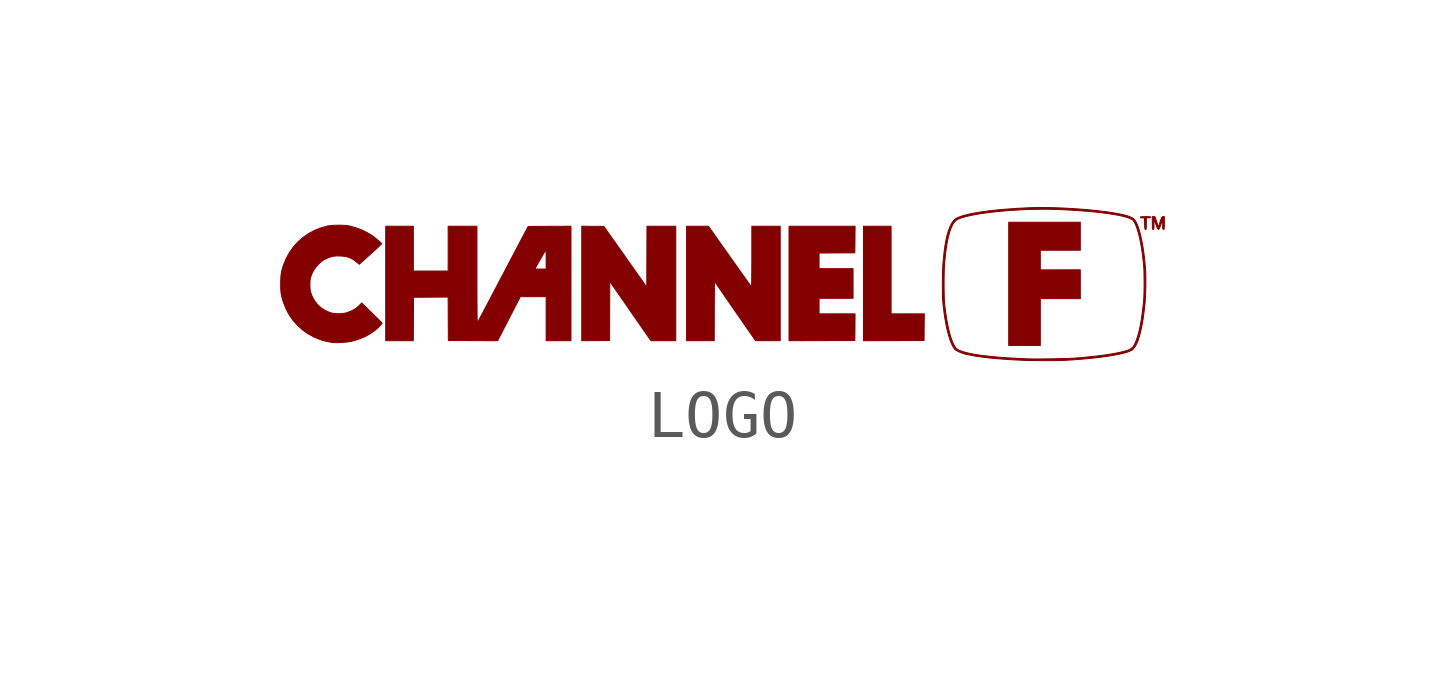
<source format=kicad_sym>
(kicad_symbol_lib
  (version 20220914)
  (generator "bitmap2component")
  (generator_version "8.0")
  (symbol "LOGO"
    (pin_names
      (offset 1.016))
    (property "Reference" "#G"
      (at 0 7.701 0)
      (effects (font (size 1.27 1.27)) hide))
    (symbol "LOGO_0_0"
      (polyline (pts (xy 6.93 -1.599) (xy 7.019 -1.598) (xy 7.099 -1.596) (xy 7.169 -1.595) (xy 7.225 -1.592) (xy 7.358 -1.584) (xy 7.513 -1.573) (xy 7.661 -1.56) (xy 7.803 -1.546) (xy 7.937 -1.53) (xy 8.063 -1.514) (xy 8.179 -1.496) (xy 8.284 -1.477) (xy 8.377 -1.458) (xy 8.458 -1.438) (xy 8.525 -1.418) (xy 8.577 -1.397) (xy 8.614 -1.377) (xy 8.631 -1.362) (xy 8.668 -1.318) (xy 8.702 -1.259) (xy 8.734 -1.184) (xy 8.764 -1.093) (xy 8.792 -0.988) (xy 8.817 -0.868) (xy 8.841 -0.734) (xy 8.861 -0.586) (xy 8.88 -0.425) (xy 8.883 -0.391) (xy 8.888 -0.312) (xy 8.893 -0.224) (xy 8.896 -0.129) (xy 8.898 -0.032) (xy 8.898 0.064) (xy 8.898 0.154) (xy 8.896 0.236) (xy 8.892 0.304) (xy 8.882 0.425) (xy 8.868 0.559) (xy 8.851 0.687) (xy 8.832 0.808) (xy 8.81 0.921) (xy 8.787 1.024) (xy 8.761 1.117) (xy 8.735 1.197) (xy 8.708 1.263) (xy 8.679 1.314) (xy 8.679 1.315) (xy 8.653 1.346) (xy 8.621 1.371) (xy 8.578 1.394) (xy 8.524 1.415) (xy 8.454 1.434) (xy 8.415 1.443) (xy 8.316 1.464) (xy 8.203 1.483) (xy 8.079 1.502) (xy 7.944 1.518) (xy 7.8 1.534) (xy 7.651 1.548) (xy 7.497 1.56) (xy 7.341 1.57) (xy 7.184 1.579) (xy 7.029 1.585) (xy 6.876 1.589) (xy 6.729 1.59) (xy 6.589 1.589) (xy 6.458 1.585) (xy 6.42 1.583) (xy 6.232 1.573) (xy 6.053 1.561) (xy 5.884 1.547) (xy 5.726 1.532) (xy 5.579 1.514) (xy 5.444 1.495) (xy 5.322 1.474) (xy 5.213 1.452) (xy 5.119 1.429) (xy 5.04 1.404) (xy 4.977 1.379) (xy 4.969 1.375) (xy 4.934 1.355) (xy 4.907 1.334) (xy 4.884 1.306) (xy 4.846 1.248) (xy 4.812 1.177) (xy 4.781 1.092) (xy 4.753 0.994) (xy 4.729 0.882) (xy 4.708 0.755) (xy 4.69 0.612) (xy 4.675 0.454) (xy 4.672 0.411) (xy 4.668 0.345) (xy 4.665 0.269) (xy 4.663 0.187) (xy 4.661 0.101) (xy 4.66 0.027) (xy 4.696 0.027) (xy 4.696 0.118) (xy 4.698 0.205) (xy 4.7 0.287) (xy 4.703 0.36) (xy 4.707 0.421) (xy 4.707 0.424) (xy 4.723 0.589) (xy 4.741 0.739) (xy 4.763 0.872) (xy 4.788 0.989) (xy 4.816 1.089) (xy 4.847 1.174) (xy 4.881 1.242) (xy 4.918 1.294) (xy 4.958 1.33) (xy 4.978 1.342) (xy 5.029 1.365) (xy 5.095 1.386) (xy 5.174 1.407) (xy 5.266 1.427) (xy 5.368 1.447) (xy 5.48 1.465) (xy 5.601 1.481) (xy 5.729 1.497) (xy 5.863 1.511) (xy 6.001 1.523) (xy 6.143 1.533) (xy 6.288 1.542) (xy 6.433 1.548) (xy 6.578 1.552) (xy 6.722 1.554) (xy 6.863 1.554) (xy 7 1.55) (xy 7.046 1.549) (xy 7.218 1.542) (xy 7.384 1.532) (xy 7.544 1.522) (xy 7.697 1.509) (xy 7.841 1.496) (xy 7.976 1.48) (xy 8.101 1.464) (xy 8.215 1.447) (xy 8.318 1.429) (xy 8.408 1.41) (xy 8.485 1.39) (xy 8.548 1.369) (xy 8.596 1.349) (xy 8.628 1.327) (xy 8.628 1.327) (xy 8.639 1.312) (xy 8.655 1.288) (xy 8.671 1.259) (xy 8.702 1.187) (xy 8.732 1.095) (xy 8.761 0.987) (xy 8.787 0.863) (xy 8.811 0.723) (xy 8.832 0.567) (xy 8.851 0.396) (xy 8.854 0.357) (xy 8.857 0.299) (xy 8.86 0.23) (xy 8.861 0.152) (xy 8.862 0.07) (xy 8.862 -0.013) (xy 8.861 -0.096) (xy 8.86 -0.175) (xy 8.858 -0.246) (xy 8.855 -0.307) (xy 8.852 -0.354) (xy 8.846 -0.414) (xy 8.826 -0.582) (xy 8.805 -0.735) (xy 8.781 -0.872) (xy 8.754 -0.993) (xy 8.726 -1.098) (xy 8.695 -1.186) (xy 8.663 -1.259) (xy 8.628 -1.315) (xy 8.621 -1.323) (xy 8.593 -1.347) (xy 8.553 -1.369) (xy 8.499 -1.389) (xy 8.431 -1.409) (xy 8.421 -1.411) (xy 8.321 -1.434) (xy 8.205 -1.456) (xy 8.073 -1.477) (xy 7.927 -1.497) (xy 7.767 -1.515) (xy 7.594 -1.532) (xy 7.408 -1.547) (xy 7.398 -1.548) (xy 7.35 -1.55) (xy 7.288 -1.553) (xy 7.216 -1.555) (xy 7.136 -1.557) (xy 7.05 -1.559) (xy 6.96 -1.561) (xy 6.87 -1.562) (xy 6.781 -1.563) (xy 6.697 -1.564) (xy 6.619 -1.565) (xy 6.55 -1.564) (xy 6.493 -1.563) (xy 6.45 -1.562) (xy 6.442 -1.562) (xy 6.321 -1.556) (xy 6.215 -1.551) (xy 6.12 -1.546) (xy 6.034 -1.541) (xy 5.957 -1.536) (xy 5.884 -1.531) (xy 5.814 -1.525) (xy 5.746 -1.519) (xy 5.675 -1.512) (xy 5.572 -1.501) (xy 5.452 -1.486) (xy 5.341 -1.469) (xy 5.242 -1.45) (xy 5.154 -1.43) (xy 5.081 -1.409) (xy 5.021 -1.388) (xy 4.977 -1.366) (xy 4.947 -1.34) (xy 4.915 -1.296) (xy 4.884 -1.237) (xy 4.855 -1.164) (xy 4.826 -1.076) (xy 4.8 -0.976) (xy 4.774 -0.863) (xy 4.751 -0.737) (xy 4.73 -0.601) (xy 4.711 -0.454) (xy 4.709 -0.438) (xy 4.705 -0.384) (xy 4.701 -0.317) (xy 4.699 -0.239) (xy 4.697 -0.155) (xy 4.696 -0.065) (xy 4.696 0.027) (xy 4.66 0.027) (xy 4.66 0.014) (xy 4.66 -0.07) (xy 4.66 -0.15) (xy 4.661 -0.222) (xy 4.663 -0.282) (xy 4.666 -0.329) (xy 4.677 -0.453) (xy 4.694 -0.591) (xy 4.713 -0.723) (xy 4.735 -0.847) (xy 4.76 -0.961) (xy 4.787 -1.065) (xy 4.816 -1.157) (xy 4.846 -1.237) (xy 4.878 -1.303) (xy 4.91 -1.353) (xy 4.921 -1.365) (xy 4.955 -1.39) (xy 5.001 -1.415) (xy 5.056 -1.438) (xy 5.117 -1.458) (xy 5.163 -1.469) (xy 5.261 -1.49) (xy 5.373 -1.509) (xy 5.5 -1.527) (xy 5.641 -1.544) (xy 5.794 -1.558) (xy 5.959 -1.571) (xy 6.135 -1.582) (xy 6.321 -1.591) (xy 6.382 -1.594) (xy 6.461 -1.596) (xy 6.549 -1.597) (xy 6.642 -1.598) (xy 6.739 -1.599) (xy 6.836 -1.599) (xy 6.93 -1.599)) (stroke (width 0.01) (type default)) (fill (type outline)))
      (polyline (pts (xy -7.909 -1.223) (xy -7.853 -1.22) (xy -7.797 -1.216) (xy -7.745 -1.212) (xy -7.699 -1.207) (xy -7.665 -1.201) (xy -7.596 -1.184) (xy -7.47 -1.143) (xy -7.351 -1.092) (xy -7.242 -1.03) (xy -7.144 -0.959) (xy -7.06 -0.88) (xy -7.049 -0.868) (xy -7.028 -0.844) (xy -7.014 -0.827) (xy -7.008 -0.819) (xy -7.013 -0.813) (xy -7.029 -0.796) (xy -7.054 -0.771) (xy -7.087 -0.738) (xy -7.127 -0.698) (xy -7.172 -0.654) (xy -7.221 -0.606) (xy -7.433 -0.399) (xy -7.49 -0.456) (xy -7.498 -0.464) (xy -7.57 -0.521) (xy -7.653 -0.567) (xy -7.746 -0.602) (xy -7.754 -0.604) (xy -7.812 -0.615) (xy -7.879 -0.621) (xy -7.947 -0.621) (xy -8.012 -0.616) (xy -8.067 -0.606) (xy -8.11 -0.592) (xy -8.2 -0.551) (xy -8.281 -0.498) (xy -8.353 -0.432) (xy -8.414 -0.355) (xy -8.462 -0.269) (xy -8.497 -0.175) (xy -8.503 -0.149) (xy -8.508 -0.113) (xy -8.511 -0.069) (xy -8.512 -0.013) (xy -8.512 -0.012) (xy -8.511 0.036) (xy -8.509 0.073) (xy -8.505 0.103) (xy -8.499 0.131) (xy -8.489 0.163) (xy -8.468 0.218) (xy -8.434 0.284) (xy -8.39 0.346) (xy -8.333 0.409) (xy -8.327 0.415) (xy -8.291 0.45) (xy -8.259 0.476) (xy -8.226 0.498) (xy -8.186 0.519) (xy -8.147 0.537) (xy -8.084 0.561) (xy -8.023 0.576) (xy -7.956 0.582) (xy -7.88 0.581) (xy -7.86 0.58) (xy -7.784 0.572) (xy -7.719 0.557) (xy -7.66 0.534) (xy -7.603 0.502) (xy -7.544 0.458) (xy -7.484 0.409) (xy -7.25 0.619) (xy -7.244 0.625) (xy -7.191 0.672) (xy -7.144 0.715) (xy -7.102 0.754) (xy -7.067 0.787) (xy -7.041 0.813) (xy -7.025 0.83) (xy -7.019 0.837) (xy -7.024 0.844) (xy -7.039 0.86) (xy -7.064 0.883) (xy -7.095 0.909) (xy -7.13 0.938) (xy -7.165 0.966) (xy -7.199 0.992) (xy -7.229 1.013) (xy -7.312 1.063) (xy -7.433 1.123) (xy -7.561 1.171) (xy -7.692 1.206) (xy -7.708 1.209) (xy -7.762 1.216) (xy -7.825 1.22) (xy -7.895 1.222) (xy -7.966 1.221) (xy -8.033 1.218) (xy -8.094 1.213) (xy -8.142 1.206) (xy -8.15 1.204) (xy -8.29 1.164) (xy -8.422 1.111) (xy -8.546 1.044) (xy -8.66 0.963) (xy -8.764 0.871) (xy -8.857 0.768) (xy -8.938 0.653) (xy -9.006 0.529) (xy -9.061 0.395) (xy -9.07 0.368) (xy -9.088 0.309) (xy -9.102 0.255) (xy -9.111 0.201) (xy -9.117 0.143) (xy -9.12 0.078) (xy -9.121 0) (xy -9.121 -0.049) (xy -9.119 -0.115) (xy -9.115 -0.171) (xy -9.108 -0.222) (xy -9.097 -0.273) (xy -9.082 -0.327) (xy -9.063 -0.389) (xy -9.062 -0.391) (xy -9.009 -0.523) (xy -8.942 -0.647) (xy -8.863 -0.761) (xy -8.77 -0.865) (xy -8.667 -0.958) (xy -8.553 -1.038) (xy -8.428 -1.107) (xy -8.295 -1.161) (xy -8.264 -1.172) (xy -8.232 -1.181) (xy -8.198 -1.19) (xy -8.159 -1.199) (xy -8.111 -1.209) (xy -8.05 -1.22) (xy -8.039 -1.222) (xy -8.006 -1.224) (xy -7.961 -1.224) (xy -7.909 -1.223)) (stroke (width 0.01) (type default)) (fill (type outline)))
      (polyline (pts (xy -4.366 -0.725) (xy -4.13 -0.267) (xy -3.861 -0.267) (xy -3.592 -0.267) (xy -3.592 -0.725) (xy -3.592 -1.184) (xy -3.333 -1.184) (xy -3.075 -1.184) (xy -3.075 0.008) (xy -3.075 1.2) (xy -3.521 1.198) (xy -3.967 1.196) (xy -4.432 0.312) (xy -3.825 0.312) (xy -3.824 0.314) (xy -3.817 0.328) (xy -3.803 0.353) (xy -3.784 0.387) (xy -3.761 0.427) (xy -3.736 0.471) (xy -3.709 0.518) (xy -3.683 0.563) (xy -3.658 0.606) (xy -3.636 0.644) (xy -3.618 0.674) (xy -3.605 0.695) (xy -3.599 0.704) (xy -3.599 0.704) (xy -3.596 0.693) (xy -3.594 0.667) (xy -3.593 0.628) (xy -3.592 0.575) (xy -3.592 0.51) (xy -3.592 0.308) (xy -3.708 0.308) (xy -3.724 0.308) (xy -3.764 0.309) (xy -3.796 0.309) (xy -3.817 0.31) (xy -3.825 0.312) (xy -4.432 0.312) (xy -4.493 0.196) (xy -4.526 0.134) (xy -4.588 0.015) (xy -4.648 -0.099) (xy -4.705 -0.207) (xy -4.759 -0.31) (xy -4.809 -0.405) (xy -4.856 -0.493) (xy -4.897 -0.572) (xy -4.934 -0.641) (xy -4.965 -0.7) (xy -4.99 -0.747) (xy -5.009 -0.782) (xy -5.021 -0.804) (xy -5.026 -0.812) (xy -5.026 -0.812) (xy -5.027 -0.802) (xy -5.028 -0.775) (xy -5.029 -0.734) (xy -5.03 -0.678) (xy -5.031 -0.609) (xy -5.031 -0.527) (xy -5.032 -0.433) (xy -5.032 -0.328) (xy -5.033 -0.213) (xy -5.033 -0.087) (xy -5.033 0.047) (xy -5.033 0.19) (xy -5.033 1.2) (xy -5.333 1.2) (xy -5.633 1.2) (xy -5.633 0.734) (xy -5.633 0.267) (xy -5.996 0.267) (xy -6.358 0.267) (xy -6.358 0.734) (xy -6.358 1.2) (xy -6.646 1.2) (xy -6.933 1.2) (xy -6.933 0.008) (xy -6.933 -1.184) (xy -6.646 -1.184) (xy -6.359 -1.184) (xy -6.356 -0.732) (xy -6.354 -0.279) (xy -5.994 -0.277) (xy -5.633 -0.275) (xy -5.631 -0.727) (xy -5.629 -1.18) (xy -5.116 -1.182) (xy -4.603 -1.184) (xy -4.366 -0.725)) (stroke (width 0.01) (type default)) (fill (type outline)))
      (polyline (pts (xy -2.561 -1.182) (xy -2.271 -1.18) (xy -2.269 -0.564) (xy -2.267 0.052) (xy -1.857 -0.539) (xy -1.812 -0.605) (xy -1.752 -0.692) (xy -1.694 -0.774) (xy -1.64 -0.852) (xy -1.591 -0.923) (xy -1.547 -0.986) (xy -1.508 -1.042) (xy -1.477 -1.087) (xy -1.452 -1.122) (xy -1.436 -1.146) (xy -1.428 -1.157) (xy -1.407 -1.184) (xy -1.15 -1.184) (xy -0.892 -1.184) (xy -0.892 0.008) (xy -0.892 1.2) (xy -1.192 1.2) (xy -1.492 1.2) (xy -1.494 0.566) (xy -1.496 -0.069) (xy -1.943 0.564) (xy -2.39 1.196) (xy -2.62 1.198) (xy -2.85 1.201) (xy -2.85 0.008) (xy -2.85 -1.184) (xy -2.561 -1.182)) (stroke (width 0.01) (type default)) (fill (type outline)))
      (polyline (pts (xy -0.09 -0.565) (xy -0.087 0.054) (xy 0.341 -0.565) (xy 0.77 -1.184) (xy 1.027 -1.184) (xy 1.283 -1.184) (xy 1.283 0.008) (xy 1.283 1.2) (xy 0.988 1.2) (xy 0.692 1.2) (xy 0.692 0.566) (xy 0.692 0.552) (xy 0.692 0.452) (xy 0.691 0.356) (xy 0.691 0.268) (xy 0.69 0.187) (xy 0.69 0.115) (xy 0.689 0.054) (xy 0.688 0.004) (xy 0.687 -0.033) (xy 0.686 -0.056) (xy 0.685 -0.064) (xy 0.684 -0.063) (xy 0.677 -0.054) (xy 0.661 -0.032) (xy 0.637 0.002) (xy 0.606 0.046) (xy 0.567 0.099) (xy 0.523 0.162) (xy 0.473 0.232) (xy 0.418 0.309) (xy 0.36 0.392) (xy 0.298 0.479) (xy 0.233 0.571) (xy -0.212 1.2) (xy -0.44 1.2) (xy -0.667 1.2) (xy -0.667 0.008) (xy -0.667 -1.184) (xy -0.379 -1.184) (xy -0.092 -1.184) (xy -0.09 -0.565)) (stroke (width 0.01) (type default)) (fill (type outline)))
      (polyline (pts (xy 2.152 -1.182) (xy 2.837 -1.18) (xy 2.84 -0.902) (xy 2.842 -0.625) (xy 2.467 -0.625) (xy 2.092 -0.625) (xy 2.092 -0.463) (xy 2.092 -0.3) (xy 2.446 -0.3) (xy 2.8 -0.3) (xy 2.8 0.008) (xy 2.8 0.317) (xy 2.446 0.317) (xy 2.092 0.317) (xy 2.092 0.479) (xy 2.092 0.642) (xy 2.465 0.644) (xy 2.837 0.646) (xy 2.84 0.923) (xy 2.842 1.2) (xy 2.154 1.2) (xy 1.467 1.2) (xy 1.467 0.008) (xy 1.467 -1.184) (xy 2.152 -1.182)) (stroke (width 0.01) (type default)) (fill (type outline)))
      (polyline (pts (xy 3.648 -1.182) (xy 4.279 -1.18) (xy 4.281 -0.902) (xy 4.284 -0.625) (xy 3.938 -0.625) (xy 3.592 -0.625) (xy 3.592 0.288) (xy 3.592 1.2) (xy 3.304 1.2) (xy 3.017 1.2) (xy 3.017 0.008) (xy 3.017 -1.184) (xy 3.648 -1.182)) (stroke (width 0.01) (type default)) (fill (type outline)))
      (polyline (pts (xy 8.9 1.135) (xy 8.904 1.141) (xy 8.906 1.153) (xy 8.908 1.174) (xy 8.908 1.207) (xy 8.908 1.255) (xy 8.908 1.375) (xy 8.954 1.375) (xy 8.981 1.377) (xy 8.996 1.38) (xy 9 1.388) (xy 9 1.389) (xy 8.997 1.394) (xy 8.987 1.397) (xy 8.968 1.399) (xy 8.937 1.4) (xy 8.892 1.4) (xy 8.891 1.4) (xy 8.846 1.4) (xy 8.815 1.399) (xy 8.796 1.397) (xy 8.786 1.393) (xy 8.783 1.388) (xy 8.786 1.383) (xy 8.799 1.377) (xy 8.827 1.374) (xy 8.871 1.371) (xy 8.873 1.252) (xy 8.873 1.245) (xy 8.874 1.2) (xy 8.876 1.169) (xy 8.878 1.15) (xy 8.881 1.139) (xy 8.885 1.135) (xy 8.892 1.134) (xy 8.894 1.134) (xy 8.9 1.135)) (stroke (width 0.01) (type default)) (fill (type outline)))
      (polyline (pts (xy 9.271 1.134) (xy 9.276 1.137) (xy 9.279 1.144) (xy 9.281 1.158) (xy 9.283 1.182) (xy 9.283 1.218) (xy 9.283 1.268) (xy 9.283 1.401) (xy 9.257 1.399) (xy 9.253 1.399) (xy 9.243 1.397) (xy 9.235 1.391) (xy 9.228 1.381) (xy 9.22 1.362) (xy 9.209 1.332) (xy 9.195 1.289) (xy 9.16 1.182) (xy 9.124 1.291) (xy 9.088 1.4) (xy 9.061 1.4) (xy 9.033 1.4) (xy 9.033 1.267) (xy 9.033 1.234) (xy 9.034 1.193) (xy 9.034 1.165) (xy 9.036 1.148) (xy 9.039 1.138) (xy 9.044 1.135) (xy 9.05 1.134) (xy 9.056 1.135) (xy 9.061 1.139) (xy 9.064 1.149) (xy 9.066 1.169) (xy 9.067 1.199) (xy 9.067 1.244) (xy 9.068 1.355) (xy 9.107 1.244) (xy 9.115 1.222) (xy 9.132 1.177) (xy 9.145 1.148) (xy 9.157 1.135) (xy 9.169 1.138) (xy 9.181 1.157) (xy 9.195 1.192) (xy 9.213 1.242) (xy 9.249 1.346) (xy 9.249 1.24) (xy 9.25 1.202) (xy 9.25 1.17) (xy 9.252 1.15) (xy 9.255 1.139) (xy 9.26 1.135) (xy 9.267 1.134) (xy 9.271 1.134)) (stroke (width 0.01) (type default)) (fill (type outline)))
      (polyline (pts (xy 6.7 -0.796) (xy 6.7 -0.308) (xy 7.117 -0.308) (xy 7.533 -0.308) (xy 7.533 -0.008) (xy 7.533 0.292) (xy 7.117 0.292) (xy 6.7 0.292) (xy 6.7 0.496) (xy 6.7 0.7) (xy 7.117 0.7) (xy 7.533 0.7) (xy 7.533 0.992) (xy 7.533 1.284) (xy 6.787 1.284) (xy 6.042 1.284) (xy 6.042 0) (xy 6.042 -1.284) (xy 6.371 -1.284) (xy 6.7 -1.284) (xy 6.7 -0.796)) (stroke (width 0.01) (type default)) (fill (type outline))))))
</source>
